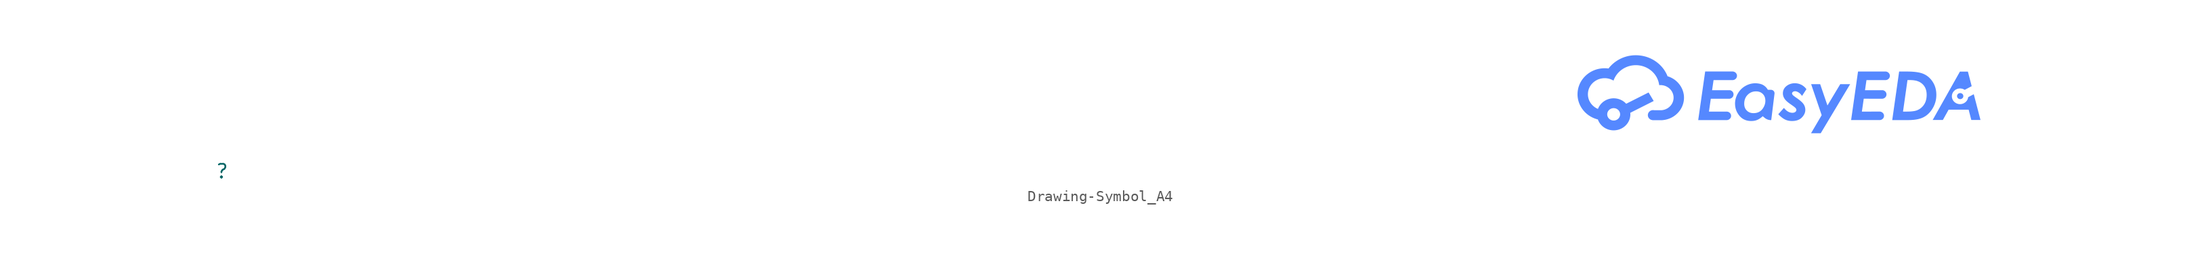
<source format=kicad_sym>
(kicad_symbol_lib
  (version 20241209)
  (generator "kicad_symbol_editor")
  (generator_version "9.0")
  (symbol "Drawing-Symbol_A4"
    (property "Reference" ""
      (at 0 0 0)
      (effects (font (size 1.27 1.27))))
    (property "Value" ""
      (at 0 0 0)
      (effects (font (size 1.27 1.27))))
    (symbol "Drawing-Symbol_A4_0_0"
      (polyline (pts (xy 130.574 10.707) (xy 130.718 10.697) (xy 130.86 10.681) (xy 131.002 10.659) (xy 131.142 10.631) (xy 131.28 10.597) (xy 131.416 10.557) (xy 131.55 10.511) (xy 131.682 10.459) (xy 131.811 10.402) (xy 131.938 10.338) (xy 132.061 10.27) (xy 132.182 10.195) (xy 132.299 10.116) (xy 132.412 10.03) (xy 132.522 9.94) (xy 132.591 9.879) (xy 132.658 9.815) (xy 132.723 9.75) (xy 132.785 9.684) (xy 132.846 9.616) (xy 132.904 9.546) (xy 132.96 9.475) (xy 133.013 9.402) (xy 133.064 9.328) (xy 133.113 9.252) (xy 133.159 9.175) (xy 133.203 9.097) (xy 133.245 9.018) (xy 133.284 8.938) (xy 133.32 8.856) (xy 133.354 8.773) (xy 133.516 8.717) (xy 133.672 8.65) (xy 133.821 8.571) (xy 133.963 8.482) (xy 134.096 8.383) (xy 134.221 8.274) (xy 134.337 8.156) (xy 134.443 8.03) (xy 134.539 7.897) (xy 134.624 7.756) (xy 134.698 7.609) (xy 134.759 7.456) (xy 134.808 7.297) (xy 134.844 7.133) (xy 134.857 7.05) (xy 134.866 6.966) (xy 134.871 6.88) (xy 134.873 6.794) (xy 134.871 6.696) (xy 134.863 6.599) (xy 134.852 6.502) (xy 134.835 6.407) (xy 134.814 6.312) (xy 134.789 6.219) (xy 134.759 6.127) (xy 134.724 6.037) (xy 134.686 5.948) (xy 134.643 5.861) (xy 134.596 5.776) (xy 134.544 5.693) (xy 134.489 5.612) (xy 134.429 5.534) (xy 134.366 5.457) (xy 134.299 5.384) (xy 134.228 5.314) (xy 134.155 5.247) (xy 134.078 5.184) (xy 134 5.125) (xy 133.918 5.069) (xy 133.834 5.017) (xy 133.748 4.969) (xy 133.66 4.925) (xy 133.569 4.885) (xy 133.477 4.849) (xy 133.383 4.817) (xy 133.287 4.79) (xy 133.19 4.766) (xy 133.092 4.747) (xy 132.992 4.732) (xy 132.892 4.721) (xy 132.85 4.717) (xy 132.808 4.717) (xy 131.982 4.717) (xy 131.982 4.721) (xy 131.959 4.723) (xy 131.936 4.727) (xy 131.914 4.731) (xy 131.892 4.737) (xy 131.87 4.743) (xy 131.849 4.75) (xy 131.828 4.758) (xy 131.808 4.768) (xy 131.788 4.777) (xy 131.769 4.788) (xy 131.75 4.8) (xy 131.732 4.812) (xy 131.715 4.825) (xy 131.698 4.839) (xy 131.682 4.853) (xy 131.667 4.868) (xy 131.652 4.884) (xy 131.638 4.901) (xy 131.625 4.918) (xy 131.613 4.935) (xy 131.602 4.954) (xy 131.591 4.972) (xy 131.581 4.991) (xy 131.572 5.011) (xy 131.565 5.031) (xy 131.558 5.052) (xy 131.552 5.073) (xy 131.547 5.094) (xy 131.543 5.116) (xy 131.54 5.138) (xy 131.539 5.16) (xy 131.538 5.183) (xy 131.539 5.207) (xy 131.541 5.231) (xy 131.544 5.254) (xy 131.548 5.277) (xy 131.553 5.299) (xy 131.56 5.321) (xy 131.567 5.343) (xy 131.576 5.364) (xy 131.586 5.384) (xy 131.596 5.404) (xy 131.608 5.424) (xy 131.621 5.443) (xy 131.634 5.461) (xy 131.649 5.478) (xy 131.664 5.495) (xy 131.68 5.511) (xy 131.696 5.527) (xy 131.714 5.541) (xy 131.732 5.555) (xy 131.751 5.568) (xy 131.771 5.58) (xy 131.791 5.591) (xy 131.812 5.601) (xy 131.833 5.611) (xy 131.855 5.619) (xy 131.878 5.626) (xy 131.901 5.633) (xy 131.924 5.638) (xy 131.948 5.642) (xy 131.972 5.645) (xy 131.997 5.646) (xy 132.022 5.647) (xy 132.034 5.647) (xy 132.046 5.647) (xy 132.058 5.646) (xy 132.07 5.645) (xy 132.082 5.644) (xy 132.094 5.642) (xy 132.106 5.641) (xy 132.117 5.638) (xy 132.808 5.638) (xy 132.865 5.644) (xy 132.922 5.653) (xy 132.978 5.664) (xy 133.033 5.678) (xy 133.087 5.694) (xy 133.139 5.712) (xy 133.191 5.732) (xy 133.241 5.755) (xy 133.291 5.78) (xy 133.338 5.807) (xy 133.385 5.836) (xy 133.429 5.866) (xy 133.472 5.899) (xy 133.514 5.934) (xy 133.554 5.97) (xy 133.592 6.008) (xy 133.629 6.047) (xy 133.663 6.088) (xy 133.696 6.131) (xy 133.726 6.175) (xy 133.755 6.221) (xy 133.781 6.267) (xy 133.805 6.315) (xy 133.827 6.365) (xy 133.846 6.415) (xy 133.864 6.466) (xy 133.878 6.519) (xy 133.89 6.572) (xy 133.9 6.627) (xy 133.907 6.682) (xy 133.911 6.737) (xy 133.912 6.794) (xy 133.911 6.854) (xy 133.906 6.913) (xy 133.899 6.971) (xy 133.888 7.028) (xy 133.874 7.084) (xy 133.858 7.139) (xy 133.839 7.193) (xy 133.817 7.245) (xy 133.793 7.297) (xy 133.767 7.347) (xy 133.737 7.396) (xy 133.706 7.443) (xy 133.672 7.488) (xy 133.636 7.532) (xy 133.598 7.574) (xy 133.558 7.614) (xy 133.516 7.653) (xy 133.472 7.689) (xy 133.427 7.724) (xy 133.379 7.756) (xy 133.33 7.786) (xy 133.279 7.814) (xy 133.227 7.84) (xy 133.174 7.863) (xy 133.119 7.884) (xy 133.063 7.902) (xy 133.005 7.918) (xy 132.947 7.931) (xy 132.887 7.941) (xy 132.827 7.948) (xy 132.765 7.953) (xy 132.703 7.954) (xy 132.688 7.954) (xy 132.674 7.954) (xy 132.659 7.953) (xy 132.644 7.953) (xy 132.629 7.952) (xy 132.614 7.951) (xy 132.599 7.949) (xy 132.585 7.948) (xy 132.571 8.044) (xy 132.552 8.139) (xy 132.53 8.233) (xy 132.502 8.325) (xy 132.471 8.415) (xy 132.435 8.503) (xy 132.396 8.589) (xy 132.353 8.674) (xy 132.306 8.756) (xy 132.255 8.835) (xy 132.201 8.913) (xy 132.143 8.988) (xy 132.082 9.06) (xy 132.017 9.129) (xy 131.95 9.196) (xy 131.879 9.259) (xy 131.806 9.32) (xy 131.729 9.377) (xy 131.65 9.432) (xy 131.569 9.483) (xy 131.485 9.53) (xy 131.399 9.574) (xy 131.31 9.614) (xy 131.219 9.65) (xy 131.126 9.683) (xy 131.032 9.712) (xy 130.935 9.736) (xy 130.837 9.756) (xy 130.737 9.772) (xy 130.636 9.784) (xy 130.533 9.791) (xy 130.429 9.793) (xy 130.339 9.791) (xy 130.251 9.786) (xy 130.163 9.777) (xy 130.077 9.766) (xy 129.992 9.751) (xy 129.908 9.732) (xy 129.825 9.711) (xy 129.743 9.687) (xy 129.663 9.659) (xy 129.584 9.629) (xy 129.507 9.596) (xy 129.432 9.56) (xy 129.358 9.522) (xy 129.286 9.48) (xy 129.216 9.437) (xy 129.148 9.39) (xy 129.081 9.342) (xy 129.017 9.291) (xy 128.955 9.238) (xy 128.895 9.182) (xy 128.837 9.124) (xy 128.782 9.065) (xy 128.729 9.003) (xy 128.678 8.939) (xy 128.63 8.873) (xy 128.585 8.806) (xy 128.542 8.737) (xy 128.502 8.666) (xy 128.465 8.594) (xy 128.43 8.52) (xy 128.399 8.444) (xy 128.371 8.367) (xy 128.326 8.393) (xy 128.28 8.418) (xy 128.233 8.441) (xy 128.185 8.463) (xy 128.136 8.483) (xy 128.087 8.501) (xy 128.036 8.518) (xy 127.985 8.533) (xy 127.933 8.547) (xy 127.88 8.559) (xy 127.827 8.569) (xy 127.773 8.577) (xy 127.719 8.584) (xy 127.664 8.589) (xy 127.608 8.591) (xy 127.552 8.592) (xy 127.472 8.591) (xy 127.394 8.585) (xy 127.317 8.575) (xy 127.241 8.562) (xy 127.166 8.546) (xy 127.093 8.526) (xy 127.021 8.502) (xy 126.951 8.476) (xy 126.882 8.446) (xy 126.816 8.413) (xy 126.751 8.378) (xy 126.688 8.339) (xy 126.628 8.298) (xy 126.57 8.254) (xy 126.513 8.207) (xy 126.46 8.158) (xy 126.409 8.106) (xy 126.36 8.053) (xy 126.314 7.997) (xy 126.271 7.939) (xy 126.231 7.878) (xy 126.194 7.816) (xy 126.16 7.753) (xy 126.129 7.687) (xy 126.102 7.62) (xy 126.077 7.551) (xy 126.056 7.481) (xy 126.039 7.409) (xy 126.026 7.336) (xy 126.016 7.262) (xy 126.01 7.187) (xy 126.008 7.111) (xy 126.009 7.054) (xy 126.012 6.998) (xy 126.018 6.943) (xy 126.025 6.888) (xy 126.035 6.833) (xy 126.047 6.78) (xy 126.06 6.727) (xy 126.076 6.675) (xy 126.094 6.624) (xy 126.113 6.574) (xy 126.134 6.524) (xy 126.157 6.476) (xy 126.182 6.428) (xy 126.209 6.381) (xy 126.237 6.336) (xy 126.266 6.291) (xy 126.298 6.248) (xy 126.331 6.205) (xy 126.365 6.164) (xy 126.401 6.125) (xy 126.439 6.086) (xy 126.478 6.048) (xy 126.518 6.013) (xy 126.559 5.978) (xy 126.602 5.945) (xy 126.646 5.913) (xy 126.691 5.882) (xy 126.737 5.854) (xy 126.785 5.826) (xy 126.833 5.801) (xy 126.883 5.777) (xy 126.933 5.754) (xy 126.978 5.859) (xy 127.03 5.96) (xy 127.09 6.057) (xy 127.157 6.149) (xy 127.23 6.235) (xy 127.311 6.316) (xy 127.397 6.391) (xy 127.489 6.459) (xy 127.586 6.521) (xy 127.689 6.576) (xy 127.795 6.623) (xy 127.906 6.663) (xy 128.021 6.694) (xy 128.139 6.717) (xy 128.261 6.731) (xy 128.322 6.735) (xy 128.385 6.736) (xy 128.47 6.734) (xy 128.555 6.727) (xy 128.638 6.716) (xy 128.72 6.701) (xy 128.8 6.682) (xy 128.879 6.658) (xy 128.955 6.631) (xy 129.03 6.601) (xy 129.102 6.566) (xy 129.172 6.528) (xy 129.24 6.487) (xy 129.306 6.442) (xy 129.369 6.395) (xy 129.429 6.344) (xy 129.486 6.29) (xy 129.54 6.234) (xy 131.606 7.274) (xy 132.078 6.488) (xy 129.917 5.399) (xy 129.919 5.382) (xy 129.92 5.364) (xy 129.921 5.346) (xy 129.922 5.328) (xy 129.923 5.31) (xy 129.924 5.292) (xy 129.924 5.274) (xy 129.924 5.257) (xy 129.922 5.181) (xy 129.916 5.106) (xy 129.906 5.032) (xy 129.893 4.959) (xy 129.876 4.888) (xy 129.855 4.818) (xy 129.831 4.749) (xy 129.803 4.682) (xy 129.772 4.617) (xy 129.738 4.553) (xy 129.701 4.491) (xy 129.661 4.431) (xy 129.618 4.373) (xy 129.572 4.318) (xy 129.524 4.264) (xy 129.473 4.213) (xy 129.419 4.164) (xy 129.363 4.117) (xy 129.305 4.073) (xy 129.245 4.032) (xy 129.182 3.994) (xy 129.118 3.958) (xy 129.051 3.925) (xy 128.983 3.896) (xy 128.913 3.869) (xy 128.842 3.846) (xy 128.769 3.826) (xy 128.694 3.81) (xy 128.619 3.797) (xy 128.542 3.787) (xy 128.464 3.781) (xy 128.385 3.78) (xy 128.321 3.781) (xy 128.259 3.784) (xy 128.197 3.79) (xy 128.136 3.799) (xy 128.076 3.809) (xy 128.016 3.822) (xy 127.958 3.837) (xy 127.9 3.854) (xy 127.843 3.874) (xy 127.788 3.895) (xy 127.733 3.918) (xy 127.68 3.944) (xy 127.628 3.971) (xy 127.577 4) (xy 127.527 4.031) (xy 127.478 4.063) (xy 127.431 4.098) (xy 127.386 4.134) (xy 127.342 4.171) (xy 127.299 4.21) (xy 127.258 4.251) (xy 127.219 4.293) (xy 127.181 4.337) (xy 127.145 4.382) (xy 127.111 4.428) (xy 127.079 4.476) (xy 127.049 4.525) (xy 127.02 4.575) (xy 126.994 4.626) (xy 126.969 4.678) (xy 126.947 4.731) (xy 126.926 4.786) (xy 126.838 4.809) (xy 126.752 4.835) (xy 126.666 4.865) (xy 126.582 4.897) (xy 126.498 4.932) (xy 126.417 4.97) (xy 126.337 5.011) (xy 126.258 5.055) (xy 126.181 5.101) (xy 126.106 5.151) (xy 126.033 5.202) (xy 125.962 5.257) (xy 127.789 5.257) (xy 127.79 5.227) (xy 127.792 5.198) (xy 127.796 5.17) (xy 127.801 5.142) (xy 127.808 5.114) (xy 127.816 5.087) (xy 127.826 5.061) (xy 127.836 5.035) (xy 127.848 5.009) (xy 127.861 4.985) (xy 127.876 4.961) (xy 127.891 4.938) (xy 127.908 4.915) (xy 127.925 4.894) (xy 127.944 4.873) (xy 127.964 4.853) (xy 127.985 4.834) (xy 128.006 4.816) (xy 128.029 4.799) (xy 128.052 4.783) (xy 128.076 4.768) (xy 128.101 4.755) (xy 128.127 4.742) (xy 128.153 4.73) (xy 128.18 4.72) (xy 128.208 4.711) (xy 128.236 4.704) (xy 128.265 4.697) (xy 128.294 4.692) (xy 128.324 4.688) (xy 128.354 4.686) (xy 128.385 4.685) (xy 128.415 4.686) (xy 128.445 4.688) (xy 128.475 4.692) (xy 128.504 4.697) (xy 128.533 4.704) (xy 128.561 4.711) (xy 128.589 4.72) (xy 128.616 4.73) (xy 128.642 4.742) (xy 128.668 4.755) (xy 128.693 4.768) (xy 128.717 4.783) (xy 128.74 4.799) (xy 128.763 4.816) (xy 128.785 4.834) (xy 128.805 4.853) (xy 128.825 4.873) (xy 128.844 4.894) (xy 128.861 4.915) (xy 128.878 4.938) (xy 128.893 4.961) (xy 128.908 4.985) (xy 128.921 5.009) (xy 128.933 5.035) (xy 128.944 5.061) (xy 128.953 5.087) (xy 128.961 5.114) (xy 128.968 5.142) (xy 128.973 5.17) (xy 128.977 5.198) (xy 128.979 5.227) (xy 128.98 5.257) (xy 128.979 5.286) (xy 128.977 5.315) (xy 128.973 5.343) (xy 128.968 5.372) (xy 128.961 5.399) (xy 128.953 5.426) (xy 128.944 5.453) (xy 128.933 5.479) (xy 128.921 5.504) (xy 128.908 5.529) (xy 128.893 5.553) (xy 128.878 5.576) (xy 128.861 5.598) (xy 128.844 5.62) (xy 128.825 5.64) (xy 128.805 5.66) (xy 128.785 5.679) (xy 128.763 5.697) (xy 128.74 5.714) (xy 128.717 5.73) (xy 128.693 5.745) (xy 128.668 5.759) (xy 128.642 5.771) (xy 128.616 5.783) (xy 128.589 5.793) (xy 128.561 5.802) (xy 128.533 5.81) (xy 128.504 5.816) (xy 128.475 5.821) (xy 128.445 5.825) (xy 128.415 5.827) (xy 128.385 5.828) (xy 128.354 5.827) (xy 128.324 5.825) (xy 128.294 5.821) (xy 128.265 5.816) (xy 128.236 5.81) (xy 128.208 5.802) (xy 128.18 5.793) (xy 128.153 5.783) (xy 128.127 5.771) (xy 128.101 5.759) (xy 128.076 5.745) (xy 128.052 5.73) (xy 128.029 5.714) (xy 128.006 5.697) (xy 127.985 5.679) (xy 127.964 5.66) (xy 127.944 5.64) (xy 127.925 5.62) (xy 127.908 5.598) (xy 127.891 5.576) (xy 127.876 5.553) (xy 127.861 5.529) (xy 127.848 5.504) (xy 127.836 5.479) (xy 127.826 5.453) (xy 127.816 5.426) (xy 127.808 5.399) (xy 127.801 5.372) (xy 127.796 5.343) (xy 127.792 5.315) (xy 127.79 5.286) (xy 127.789 5.257) (xy 125.962 5.257) (xy 125.961 5.257) (xy 125.892 5.314) (xy 125.825 5.373) (xy 125.759 5.435) (xy 125.696 5.5) (xy 125.62 5.584) (xy 125.549 5.671) (xy 125.482 5.761) (xy 125.42 5.854) (xy 125.362 5.949) (xy 125.309 6.046) (xy 125.26 6.145) (xy 125.217 6.247) (xy 125.178 6.35) (xy 125.144 6.454) (xy 125.116 6.561) (xy 125.092 6.668) (xy 125.074 6.777) (xy 125.06 6.887) (xy 125.052 6.997) (xy 125.05 7.109) (xy 125.053 7.229) (xy 125.062 7.348) (xy 125.077 7.465) (xy 125.098 7.581) (xy 125.124 7.696) (xy 125.157 7.809) (xy 125.195 7.92) (xy 125.239 8.029) (xy 125.288 8.136) (xy 125.343 8.24) (xy 125.403 8.342) (xy 125.469 8.441) (xy 125.539 8.537) (xy 125.615 8.63) (xy 125.696 8.72) (xy 125.782 8.807) (xy 125.873 8.889) (xy 125.966 8.967) (xy 126.064 9.04) (xy 126.164 9.108) (xy 126.267 9.17) (xy 126.374 9.228) (xy 126.483 9.281) (xy 126.594 9.328) (xy 126.707 9.37) (xy 126.823 9.407) (xy 126.941 9.438) (xy 127.06 9.463) (xy 127.181 9.483) (xy 127.304 9.498) (xy 127.427 9.507) (xy 127.552 9.51) (xy 127.597 9.509) (xy 127.642 9.508) (xy 127.687 9.506) (xy 127.732 9.503) (xy 127.776 9.5) (xy 127.82 9.495) (xy 127.864 9.491) (xy 127.908 9.485) (xy 127.943 9.531) (xy 127.979 9.576) (xy 128.017 9.62) (xy 128.055 9.664) (xy 128.094 9.707) (xy 128.134 9.749) (xy 128.174 9.79) (xy 128.216 9.831) (xy 128.258 9.871) (xy 128.302 9.91) (xy 128.346 9.949) (xy 128.391 9.986) (xy 128.437 10.024) (xy 128.484 10.06) (xy 128.531 10.095) (xy 128.58 10.13) (xy 128.682 10.199) (xy 128.787 10.264) (xy 128.893 10.324) (xy 129.002 10.381) (xy 129.113 10.432) (xy 129.225 10.48) (xy 129.34 10.523) (xy 129.456 10.562) (xy 129.573 10.597) (xy 129.692 10.627) (xy 129.812 10.652) (xy 129.933 10.673) (xy 130.056 10.689) (xy 130.179 10.701) (xy 130.304 10.708) (xy 130.429 10.71) (xy 130.574 10.707)) (stroke (width -0.0001) (type solid)) (fill (type color) (color 85 136 255 1)))
      (polyline (pts (xy 139.369 9.21) (xy 139.39 9.209) (xy 139.41 9.206) (xy 139.431 9.203) (xy 139.451 9.198) (xy 139.47 9.193) (xy 139.489 9.186) (xy 139.508 9.179) (xy 139.527 9.171) (xy 139.544 9.162) (xy 139.562 9.153) (xy 139.579 9.143) (xy 139.595 9.132) (xy 139.611 9.12) (xy 139.625 9.107) (xy 139.64 9.094) (xy 139.654 9.08) (xy 139.667 9.066) (xy 139.679 9.051) (xy 139.69 9.035) (xy 139.701 9.019) (xy 139.711 9.002) (xy 139.72 8.985) (xy 139.729 8.968) (xy 139.736 8.95) (xy 139.743 8.931) (xy 139.748 8.912) (xy 139.753 8.893) (xy 139.757 8.874) (xy 139.759 8.854) (xy 139.761 8.834) (xy 139.761 8.813) (xy 139.761 8.793) (xy 139.759 8.773) (xy 139.757 8.753) (xy 139.753 8.733) (xy 139.748 8.714) (xy 139.743 8.695) (xy 139.736 8.677) (xy 139.729 8.659) (xy 139.72 8.642) (xy 139.711 8.624) (xy 139.701 8.608) (xy 139.69 8.592) (xy 139.679 8.576) (xy 139.667 8.561) (xy 139.654 8.547) (xy 139.64 8.533) (xy 139.625 8.52) (xy 139.611 8.507) (xy 139.595 8.495) (xy 139.579 8.484) (xy 139.562 8.474) (xy 139.544 8.464) (xy 139.527 8.456) (xy 139.508 8.447) (xy 139.489 8.44) (xy 139.47 8.434) (xy 139.451 8.429) (xy 139.431 8.424) (xy 139.41 8.421) (xy 139.39 8.418) (xy 139.369 8.417) (xy 139.347 8.416) (xy 137.601 8.414) (xy 137.466 7.484) (xy 139.103 7.484) (xy 139.121 7.48) (xy 139.139 7.476) (xy 139.157 7.471) (xy 139.174 7.466) (xy 139.191 7.46) (xy 139.208 7.453) (xy 139.224 7.445) (xy 139.239 7.437) (xy 139.255 7.428) (xy 139.269 7.419) (xy 139.284 7.409) (xy 139.298 7.398) (xy 139.311 7.387) (xy 139.324 7.375) (xy 139.336 7.363) (xy 139.348 7.35) (xy 139.359 7.337) (xy 139.37 7.323) (xy 139.38 7.309) (xy 139.389 7.294) (xy 139.398 7.279) (xy 139.405 7.264) (xy 139.413 7.248) (xy 139.419 7.232) (xy 139.425 7.215) (xy 139.43 7.198) (xy 139.434 7.181) (xy 139.438 7.163) (xy 139.44 7.146) (xy 139.442 7.128) (xy 139.443 7.109) (xy 139.443 7.091) (xy 139.442 7.07) (xy 139.441 7.05) (xy 139.438 7.03) (xy 139.434 7.011) (xy 139.43 6.992) (xy 139.424 6.973) (xy 139.418 6.955) (xy 139.41 6.936) (xy 139.402 6.919) (xy 139.393 6.902) (xy 139.383 6.885) (xy 139.372 6.869) (xy 139.36 6.854) (xy 139.348 6.838) (xy 139.335 6.824) (xy 139.321 6.81) (xy 139.307 6.797) (xy 139.292 6.785) (xy 139.276 6.773) (xy 139.26 6.762) (xy 139.243 6.751) (xy 139.226 6.742) (xy 139.208 6.733) (xy 139.19 6.725) (xy 139.171 6.718) (xy 139.152 6.712) (xy 139.132 6.706) (xy 139.112 6.702) (xy 139.092 6.698) (xy 139.071 6.696) (xy 139.05 6.694) (xy 139.029 6.694) (xy 137.347 6.696) (xy 137.175 5.507) (xy 138.808 5.509) (xy 138.829 5.508) (xy 138.85 5.507) (xy 138.87 5.504) (xy 138.89 5.501) (xy 138.91 5.496) (xy 138.929 5.491) (xy 138.948 5.485) (xy 138.967 5.478) (xy 138.985 5.47) (xy 139.003 5.461) (xy 139.02 5.452) (xy 139.036 5.442) (xy 139.053 5.431) (xy 139.068 5.419) (xy 139.083 5.407) (xy 139.097 5.394) (xy 139.111 5.38) (xy 139.124 5.366) (xy 139.136 5.351) (xy 139.147 5.335) (xy 139.158 5.319) (xy 139.168 5.303) (xy 139.177 5.286) (xy 139.185 5.269) (xy 139.192 5.251) (xy 139.199 5.233) (xy 139.204 5.214) (xy 139.209 5.195) (xy 139.213 5.176) (xy 139.215 5.156) (xy 139.217 5.136) (xy 139.217 5.116) (xy 139.217 5.096) (xy 139.215 5.077) (xy 139.213 5.058) (xy 139.209 5.039) (xy 139.205 5.02) (xy 139.199 5.002) (xy 139.193 4.984) (xy 139.186 4.966) (xy 139.178 4.949) (xy 139.169 4.933) (xy 139.159 4.916) (xy 139.149 4.901) (xy 139.138 4.885) (xy 139.126 4.871) (xy 139.113 4.856) (xy 139.1 4.843) (xy 139.086 4.83) (xy 139.072 4.818) (xy 139.056 4.806) (xy 139.041 4.795) (xy 139.025 4.785) (xy 139.008 4.775) (xy 138.991 4.767) (xy 138.973 4.759) (xy 138.955 4.752) (xy 138.936 4.745) (xy 138.917 4.74) (xy 138.898 4.735) (xy 138.878 4.731) (xy 138.858 4.728) (xy 138.838 4.726) (xy 138.817 4.726) (xy 136.185 4.726) (xy 136.827 9.211) (xy 139.347 9.211) (xy 139.369 9.21)) (stroke (width -0.0001) (type solid)) (fill (type color) (color 85 136 255 1)))
      (polyline (pts (xy 141.493 8.123) (xy 141.535 8.122) (xy 141.579 8.119) (xy 141.623 8.115) (xy 141.668 8.11) (xy 141.714 8.104) (xy 141.76 8.097) (xy 141.805 8.089) (xy 141.85 8.079) (xy 141.895 8.069) (xy 141.938 8.057) (xy 141.981 8.045) (xy 142.022 8.031) (xy 142.061 8.016) (xy 142.098 8) (xy 142.133 7.983) (xy 142.167 7.965) (xy 142.199 7.946) (xy 142.231 7.926) (xy 142.262 7.905) (xy 142.292 7.883) (xy 142.322 7.86) (xy 142.351 7.836) (xy 142.379 7.811) (xy 142.407 7.785) (xy 142.434 7.757) (xy 142.46 7.729) (xy 142.485 7.7) (xy 142.51 7.67) (xy 142.534 7.638) (xy 142.557 7.606) (xy 142.58 7.573) (xy 142.61 7.519) (xy 142.901 7.519) (xy 142.918 7.519) (xy 142.934 7.517) (xy 142.95 7.515) (xy 142.966 7.512) (xy 142.982 7.509) (xy 142.997 7.504) (xy 143.012 7.499) (xy 143.027 7.494) (xy 143.041 7.487) (xy 143.055 7.48) (xy 143.069 7.473) (xy 143.082 7.465) (xy 143.095 7.456) (xy 143.107 7.447) (xy 143.119 7.437) (xy 143.13 7.427) (xy 143.14 7.416) (xy 143.151 7.404) (xy 143.16 7.393) (xy 143.169 7.381) (xy 143.178 7.368) (xy 143.185 7.355) (xy 143.192 7.342) (xy 143.199 7.328) (xy 143.205 7.314) (xy 143.21 7.299) (xy 143.214 7.285) (xy 143.218 7.269) (xy 143.22 7.254) (xy 143.222 7.239) (xy 143.224 7.223) (xy 143.224 7.207) (xy 143.229 7.207) (xy 142.934 4.822) (xy 142.922 4.726) (xy 142.838 4.726) (xy 142.804 4.728) (xy 142.771 4.732) (xy 142.738 4.737) (xy 142.705 4.744) (xy 142.673 4.751) (xy 142.641 4.76) (xy 142.61 4.77) (xy 142.579 4.78) (xy 142.549 4.793) (xy 142.519 4.806) (xy 142.49 4.819) (xy 142.461 4.835) (xy 142.434 4.851) (xy 142.406 4.867) (xy 142.38 4.885) (xy 142.354 4.904) (xy 142.352 4.906) (xy 142.344 4.911) (xy 142.319 4.931) (xy 142.244 4.992) (xy 142.136 5.083) (xy 142.101 5.052) (xy 142.067 5.023) (xy 142.034 4.995) (xy 142 4.968) (xy 141.967 4.943) (xy 141.934 4.918) (xy 141.901 4.895) (xy 141.869 4.873) (xy 141.837 4.852) (xy 141.805 4.833) (xy 141.773 4.814) (xy 141.742 4.797) (xy 141.711 4.781) (xy 141.68 4.766) (xy 141.65 4.752) (xy 141.619 4.739) (xy 141.589 4.727) (xy 141.559 4.715) (xy 141.527 4.705) (xy 141.496 4.695) (xy 141.464 4.686) (xy 141.431 4.678) (xy 141.398 4.671) (xy 141.365 4.665) (xy 141.331 4.659) (xy 141.296 4.654) (xy 141.261 4.65) (xy 141.226 4.647) (xy 141.19 4.644) (xy 141.154 4.642) (xy 141.117 4.641) (xy 141.08 4.641) (xy 140.995 4.643) (xy 140.913 4.648) (xy 140.832 4.658) (xy 140.754 4.671) (xy 140.678 4.688) (xy 140.604 4.709) (xy 140.532 4.733) (xy 140.463 4.762) (xy 140.396 4.794) (xy 140.331 4.83) (xy 140.268 4.869) (xy 140.207 4.913) (xy 140.149 4.96) (xy 140.093 5.011) (xy 140.039 5.066) (xy 139.987 5.125) (xy 139.938 5.186) (xy 139.892 5.249) (xy 139.85 5.312) (xy 139.81 5.377) (xy 139.774 5.443) (xy 139.74 5.511) (xy 139.71 5.579) (xy 139.684 5.649) (xy 139.66 5.72) (xy 139.639 5.792) (xy 139.622 5.866) (xy 139.608 5.941) (xy 139.596 6.016) (xy 139.589 6.094) (xy 139.584 6.172) (xy 139.583 6.232) (xy 140.429 6.232) (xy 140.43 6.184) (xy 140.433 6.137) (xy 140.437 6.091) (xy 140.444 6.047) (xy 140.452 6.003) (xy 140.462 5.961) (xy 140.474 5.92) (xy 140.488 5.881) (xy 140.504 5.842) (xy 140.522 5.804) (xy 140.542 5.768) (xy 140.563 5.733) (xy 140.587 5.699) (xy 140.612 5.667) (xy 140.639 5.635) (xy 140.668 5.605) (xy 140.699 5.576) (xy 140.731 5.548) (xy 140.763 5.523) (xy 140.797 5.5) (xy 140.832 5.478) (xy 140.868 5.459) (xy 140.905 5.441) (xy 140.942 5.425) (xy 140.982 5.411) (xy 141.022 5.399) (xy 141.063 5.389) (xy 141.105 5.381) (xy 141.148 5.374) (xy 141.193 5.37) (xy 141.238 5.367) (xy 141.285 5.366) (xy 141.324 5.367) (xy 141.362 5.368) (xy 141.399 5.371) (xy 141.436 5.374) (xy 141.473 5.379) (xy 141.508 5.385) (xy 141.543 5.392) (xy 141.578 5.399) (xy 141.612 5.408) (xy 141.645 5.418) (xy 141.678 5.429) (xy 141.709 5.441) (xy 141.741 5.454) (xy 141.772 5.468) (xy 141.802 5.484) (xy 141.831 5.5) (xy 141.86 5.517) (xy 141.888 5.536) (xy 141.916 5.556) (xy 141.943 5.576) (xy 141.97 5.598) (xy 141.996 5.622) (xy 142.021 5.646) (xy 142.046 5.672) (xy 142.07 5.699) (xy 142.093 5.727) (xy 142.116 5.756) (xy 142.139 5.786) (xy 142.16 5.818) (xy 142.181 5.851) (xy 142.202 5.884) (xy 142.222 5.919) (xy 142.241 5.955) (xy 142.259 5.991) (xy 142.275 6.027) (xy 142.291 6.063) (xy 142.305 6.099) (xy 142.318 6.135) (xy 142.33 6.172) (xy 142.34 6.208) (xy 142.35 6.245) (xy 142.358 6.282) (xy 142.364 6.319) (xy 142.37 6.356) (xy 142.374 6.393) (xy 142.377 6.43) (xy 142.379 6.467) (xy 142.38 6.504) (xy 142.379 6.553) (xy 142.376 6.6) (xy 142.372 6.646) (xy 142.365 6.691) (xy 142.357 6.735) (xy 142.347 6.778) (xy 142.335 6.819) (xy 142.321 6.859) (xy 142.305 6.898) (xy 142.287 6.936) (xy 142.268 6.973) (xy 142.247 7.008) (xy 142.223 7.042) (xy 142.198 7.075) (xy 142.172 7.107) (xy 142.143 7.138) (xy 142.113 7.166) (xy 142.081 7.193) (xy 142.048 7.218) (xy 142.015 7.242) (xy 141.98 7.263) (xy 141.943 7.283) (xy 141.906 7.301) (xy 141.867 7.316) (xy 141.827 7.33) (xy 141.786 7.343) (xy 141.744 7.353) (xy 141.701 7.361) (xy 141.656 7.368) (xy 141.61 7.373) (xy 141.563 7.375) (xy 141.515 7.376) (xy 141.459 7.375) (xy 141.404 7.372) (xy 141.35 7.365) (xy 141.297 7.357) (xy 141.245 7.346) (xy 141.194 7.332) (xy 141.145 7.316) (xy 141.096 7.297) (xy 141.048 7.276) (xy 141.002 7.252) (xy 140.957 7.226) (xy 140.912 7.198) (xy 140.869 7.166) (xy 140.827 7.133) (xy 140.785 7.096) (xy 140.745 7.057) (xy 140.707 7.016) (xy 140.671 6.974) (xy 140.637 6.931) (xy 140.606 6.885) (xy 140.578 6.839) (xy 140.552 6.791) (xy 140.529 6.741) (xy 140.508 6.691) (xy 140.489 6.638) (xy 140.473 6.585) (xy 140.46 6.529) (xy 140.448 6.473) (xy 140.44 6.415) (xy 140.434 6.355) (xy 140.43 6.294) (xy 140.429 6.232) (xy 139.583 6.232) (xy 139.582 6.252) (xy 139.583 6.313) (xy 139.587 6.373) (xy 139.592 6.434) (xy 139.599 6.494) (xy 139.608 6.553) (xy 139.619 6.612) (xy 139.633 6.671) (xy 139.648 6.73) (xy 139.665 6.788) (xy 139.685 6.846) (xy 139.706 6.903) (xy 139.73 6.96) (xy 139.755 7.017) (xy 139.782 7.073) (xy 139.811 7.129) (xy 139.843 7.184) (xy 139.876 7.239) (xy 139.91 7.293) (xy 139.946 7.344) (xy 139.983 7.395) (xy 140.022 7.443) (xy 140.062 7.49) (xy 140.103 7.536) (xy 140.146 7.58) (xy 140.19 7.622) (xy 140.236 7.663) (xy 140.283 7.702) (xy 140.331 7.74) (xy 140.381 7.777) (xy 140.432 7.811) (xy 140.484 7.845) (xy 140.538 7.876) (xy 140.593 7.906) (xy 140.648 7.934) (xy 140.703 7.96) (xy 140.759 7.985) (xy 140.815 8.007) (xy 140.871 8.027) (xy 140.928 8.046) (xy 140.985 8.062) (xy 141.042 8.076) (xy 141.1 8.089) (xy 141.157 8.1) (xy 141.216 8.108) (xy 141.274 8.115) (xy 141.333 8.12) (xy 141.393 8.123) (xy 141.452 8.124) (xy 141.493 8.123)) (stroke (width -0.0001) (type solid)) (fill (type color) (color 85 136 255 1)))
      (polyline (pts (xy 145.14 8.126) (xy 145.179 8.124) (xy 145.218 8.121) (xy 145.256 8.117) (xy 145.294 8.112) (xy 145.332 8.106) (xy 145.37 8.099) (xy 145.408 8.091) (xy 145.445 8.081) (xy 145.482 8.071) (xy 145.519 8.059) (xy 145.555 8.046) (xy 145.591 8.032) (xy 145.627 8.017) (xy 145.663 8.001) (xy 145.699 7.983) (xy 145.734 7.965) (xy 145.768 7.946) (xy 145.801 7.925) (xy 145.834 7.904) (xy 145.866 7.882) (xy 145.897 7.859) (xy 145.927 7.835) (xy 145.957 7.81) (xy 145.986 7.784) (xy 146.014 7.757) (xy 146.042 7.729) (xy 146.069 7.701) (xy 146.095 7.671) (xy 146.12 7.641) (xy 146.144 7.609) (xy 146.168 7.577) (xy 145.764 6.955) (xy 145.744 6.982) (xy 145.724 7.009) (xy 145.704 7.035) (xy 145.684 7.059) (xy 145.664 7.083) (xy 145.644 7.106) (xy 145.624 7.128) (xy 145.603 7.149) (xy 145.583 7.169) (xy 145.562 7.188) (xy 145.541 7.206) (xy 145.52 7.223) (xy 145.5 7.24) (xy 145.478 7.255) (xy 145.457 7.269) (xy 145.436 7.283) (xy 145.415 7.295) (xy 145.393 7.307) (xy 145.373 7.318) (xy 145.352 7.328) (xy 145.331 7.338) (xy 145.311 7.346) (xy 145.29 7.354) (xy 145.27 7.361) (xy 145.25 7.367) (xy 145.23 7.373) (xy 145.211 7.377) (xy 145.191 7.381) (xy 145.172 7.384) (xy 145.153 7.386) (xy 145.134 7.387) (xy 145.115 7.388) (xy 145.101 7.387) (xy 145.087 7.387) (xy 145.074 7.386) (xy 145.061 7.384) (xy 145.048 7.382) (xy 145.035 7.379) (xy 145.023 7.376) (xy 145.011 7.372) (xy 144.999 7.369) (xy 144.987 7.364) (xy 144.975 7.359) (xy 144.964 7.354) (xy 144.953 7.348) (xy 144.942 7.341) (xy 144.932 7.335) (xy 144.922 7.327) (xy 144.912 7.32) (xy 144.903 7.312) (xy 144.894 7.304) (xy 144.887 7.296) (xy 144.879 7.288) (xy 144.873 7.28) (xy 144.867 7.272) (xy 144.861 7.263) (xy 144.857 7.255) (xy 144.853 7.246) (xy 144.849 7.237) (xy 144.847 7.229) (xy 144.845 7.219) (xy 144.843 7.21) (xy 144.843 7.201) (xy 144.843 7.191) (xy 144.843 7.182) (xy 144.844 7.173) (xy 144.845 7.164) (xy 144.847 7.154) (xy 144.849 7.145) (xy 144.852 7.136) (xy 144.855 7.127) (xy 144.858 7.118) (xy 144.863 7.108) (xy 144.867 7.099) (xy 144.873 7.09) (xy 144.878 7.081) (xy 144.884 7.072) (xy 144.891 7.062) (xy 144.898 7.053) (xy 144.906 7.044) (xy 144.914 7.034) (xy 144.924 7.023) (xy 144.951 6.999) (xy 144.984 6.97) (xy 145.026 6.937) (xy 145.076 6.899) (xy 145.133 6.857) (xy 145.198 6.811) (xy 145.271 6.761) (xy 145.331 6.719) (xy 145.388 6.678) (xy 145.442 6.638) (xy 145.494 6.599) (xy 145.543 6.561) (xy 145.59 6.523) (xy 145.634 6.486) (xy 145.675 6.45) (xy 145.714 6.414) (xy 145.75 6.379) (xy 145.784 6.345) (xy 145.815 6.312) (xy 145.843 6.28) (xy 145.869 6.248) (xy 145.892 6.217) (xy 145.913 6.187) (xy 145.931 6.157) (xy 145.949 6.126) (xy 145.965 6.096) (xy 145.98 6.064) (xy 145.994 6.033) (xy 146.006 6.001) (xy 146.018 5.97) (xy 146.028 5.937) (xy 146.037 5.905) (xy 146.044 5.872) (xy 146.051 5.838) (xy 146.056 5.805) (xy 146.061 5.771) (xy 146.064 5.737) (xy 146.065 5.702) (xy 146.066 5.667) (xy 146.065 5.621) (xy 146.061 5.576) (xy 146.055 5.53) (xy 146.046 5.485) (xy 146.035 5.441) (xy 146.022 5.396) (xy 146.006 5.352) (xy 145.987 5.308) (xy 145.966 5.264) (xy 145.943 5.221) (xy 145.917 5.178) (xy 145.888 5.136) (xy 145.858 5.093) (xy 145.824 5.051) (xy 145.788 5.01) (xy 145.75 4.969) (xy 145.709 4.929) (xy 145.666 4.892) (xy 145.621 4.857) (xy 145.574 4.825) (xy 145.524 4.796) (xy 145.472 4.769) (xy 145.418 4.745) (xy 145.362 4.723) (xy 145.304 4.704) (xy 145.243 4.687) (xy 145.181 4.673) (xy 145.116 4.661) (xy 145.048 4.652) (xy 144.979 4.646) (xy 144.907 4.642) (xy 144.833 4.641) (xy 144.791 4.641) (xy 144.748 4.643) (xy 144.706 4.646) (xy 144.664 4.649) (xy 144.623 4.654) (xy 144.583 4.66) (xy 144.542 4.666) (xy 144.503 4.674) (xy 144.464 4.683) (xy 144.425 4.693) (xy 144.387 4.704) (xy 144.349 4.716) (xy 144.312 4.729) (xy 144.275 4.743) (xy 144.239 4.758) (xy 144.203 4.775) (xy 144.168 4.792) (xy 144.132 4.812) (xy 144.095 4.833) (xy 144.058 4.856) (xy 144.02 4.88) (xy 143.982 4.907) (xy 143.943 4.935) (xy 143.904 4.965) (xy 143.864 4.997) (xy 143.823 5.03) (xy 143.782 5.065) (xy 143.741 5.102) (xy 143.699 5.14) (xy 143.657 5.18) (xy 143.571 5.266) (xy 144.094 5.85) (xy 144.139 5.795) (xy 144.184 5.744) (xy 144.23 5.697) (xy 144.276 5.653) (xy 144.323 5.612) (xy 144.37 5.575) (xy 144.418 5.542) (xy 144.467 5.512) (xy 144.516 5.486) (xy 144.565 5.463) (xy 144.615 5.443) (xy 144.666 5.428) (xy 144.717 5.415) (xy 144.768 5.407) (xy 144.821 5.401) (xy 144.873 5.399) (xy 144.894 5.4) (xy 144.914 5.401) (xy 144.933 5.402) (xy 144.952 5.404) (xy 144.971 5.407) (xy 144.989 5.411) (xy 145.006 5.415) (xy 145.023 5.419) (xy 145.04 5.425) (xy 145.056 5.43) (xy 145.071 5.437) (xy 145.086 5.444) (xy 145.1 5.451) (xy 145.114 5.46) (xy 145.128 5.468) (xy 145.141 5.478) (xy 145.153 5.488) (xy 145.164 5.498) (xy 145.175 5.508) (xy 145.185 5.519) (xy 145.194 5.53) (xy 145.202 5.541) (xy 145.209 5.552) (xy 145.216 5.564) (xy 145.222 5.575) (xy 145.227 5.587) (xy 145.231 5.599) (xy 145.234 5.611) (xy 145.237 5.624) (xy 145.239 5.636) (xy 145.24 5.649) (xy 145.24 5.663) (xy 145.24 5.674) (xy 145.239 5.684) (xy 145.238 5.695) (xy 145.236 5.706) (xy 145.233 5.717) (xy 145.23 5.728) (xy 145.226 5.739) (xy 145.221 5.75) (xy 145.216 5.761) (xy 145.21 5.772) (xy 145.204 5.783) (xy 145.197 5.794) (xy 145.19 5.805) (xy 145.182 5.816) (xy 145.173 5.828) (xy 145.164 5.839) (xy 145.153 5.851) (xy 145.14 5.864) (xy 145.109 5.893) (xy 145.069 5.927) (xy 145.021 5.965) (xy 144.965 6.007) (xy 144.9 6.054) (xy 144.828 6.105) (xy 144.748 6.16) (xy 144.7 6.194) (xy 144.654 6.226) (xy 144.609 6.258) (xy 144.567 6.29) (xy 144.526 6.32) (xy 144.488 6.351) (xy 144.451 6.38) (xy 144.416 6.409) (xy 144.383 6.438) (xy 144.352 6.466) (xy 144.323 6.493) (xy 144.296 6.52) (xy 144.27 6.546) (xy 144.247 6.571) (xy 144.225 6.596) (xy 144.206 6.62) (xy 144.18 6.654) (xy 144.157 6.687) (xy 144.135 6.722) (xy 144.114 6.756) (xy 144.095 6.79) (xy 144.078 6.825) (xy 144.062 6.861) (xy 144.049 6.896) (xy 144.036 6.931) (xy 144.026 6.967) (xy 144.017 7.003) (xy 144.009 7.04) (xy 144.004 7.076) (xy 144 7.113) (xy 143.997 7.15) (xy 143.996 7.187) (xy 143.998 7.238) (xy 144.001 7.288) (xy 144.008 7.337) (xy 144.017 7.385) (xy 144.028 7.432) (xy 144.042 7.477) (xy 144.059 7.521) (xy 144.078 7.564) (xy 144.1 7.606) (xy 144.124 7.647) (xy 144.151 7.686) (xy 144.181 7.725) (xy 144.213 7.762) (xy 144.247 7.797) (xy 144.285 7.832) (xy 144.324 7.865) (xy 144.366 7.897) (xy 144.408 7.926) (xy 144.452 7.954) (xy 144.496 7.979) (xy 144.541 8.003) (xy 144.588 8.024) (xy 144.635 8.043) (xy 144.683 8.061) (xy 144.732 8.076) (xy 144.782 8.089) (xy 144.833 8.101) (xy 144.885 8.11) (xy 144.938 8.117) (xy 144.991 8.122) (xy 145.046 8.125) (xy 145.101 8.126) (xy 145.14 8.126)) (stroke (width -0.0001) (type solid)) (fill (type color) (color 85 136 255 1)))
      (polyline (pts (xy 148.108 6.075) (xy 149.289 8.041) (xy 150.203 8.041) (xy 147.489 3.514) (xy 146.594 3.514) (xy 147.575 5.179) (xy 146.603 8.041) (xy 147.436 8.041) (xy 148.108 6.075)) (stroke (width -0.0001) (type solid)) (fill (type color) (color 85 136 255 1)))
      (polyline (pts (xy 153.471 9.208) (xy 153.492 9.206) (xy 153.513 9.204) (xy 153.534 9.2) (xy 153.554 9.196) (xy 153.574 9.19) (xy 153.593 9.184) (xy 153.612 9.177) (xy 153.63 9.169) (xy 153.648 9.16) (xy 153.665 9.151) (xy 153.682 9.14) (xy 153.698 9.129) (xy 153.714 9.118) (xy 153.729 9.105) (xy 153.744 9.092) (xy 153.757 9.078) (xy 153.771 9.064) (xy 153.783 9.049) (xy 153.795 9.034) (xy 153.806 9.017) (xy 153.816 9.001) (xy 153.825 8.984) (xy 153.833 8.966) (xy 153.841 8.948) (xy 153.848 8.93) (xy 153.854 8.912) (xy 153.859 8.893) (xy 153.863 8.873) (xy 153.865 8.854) (xy 153.868 8.834) (xy 153.869 8.813) (xy 153.868 8.793) (xy 153.866 8.773) (xy 153.864 8.753) (xy 153.86 8.733) (xy 153.855 8.714) (xy 153.85 8.695) (xy 153.843 8.677) (xy 153.836 8.659) (xy 153.827 8.642) (xy 153.818 8.624) (xy 153.808 8.608) (xy 153.798 8.592) (xy 153.786 8.576) (xy 153.774 8.561) (xy 153.761 8.547) (xy 153.747 8.533) (xy 153.733 8.52) (xy 153.718 8.507) (xy 153.702 8.495) (xy 153.686 8.484) (xy 153.669 8.474) (xy 153.651 8.464) (xy 153.634 8.456) (xy 153.615 8.447) (xy 153.596 8.44) (xy 153.577 8.434) (xy 153.558 8.429) (xy 153.538 8.424) (xy 153.517 8.421) (xy 153.497 8.418) (xy 153.476 8.417) (xy 153.454 8.416) (xy 151.708 8.414) (xy 151.573 7.484) (xy 153.21 7.484) (xy 153.228 7.48) (xy 153.246 7.476) (xy 153.264 7.471) (xy 153.281 7.466) (xy 153.298 7.46) (xy 153.315 7.453) (xy 153.331 7.445) (xy 153.346 7.437) (xy 153.362 7.428) (xy 153.377 7.419) (xy 153.391 7.409) (xy 153.405 7.398) (xy 153.418 7.387) (xy 153.431 7.375) (xy 153.444 7.363) (xy 153.456 7.35) (xy 153.467 7.337) (xy 153.478 7.323) (xy 153.488 7.309) (xy 153.497 7.295) (xy 153.506 7.28) (xy 153.514 7.264) (xy 153.522 7.249) (xy 153.528 7.232) (xy 153.534 7.216) (xy 153.54 7.199) (xy 153.544 7.182) (xy 153.548 7.165) (xy 153.551 7.147) (xy 153.553 7.129) (xy 153.554 7.111) (xy 153.554 7.093) (xy 153.554 7.073) (xy 153.552 7.053) (xy 153.55 7.033) (xy 153.546 7.013) (xy 153.541 6.994) (xy 153.536 6.975) (xy 153.529 6.957) (xy 153.522 6.939) (xy 153.514 6.921) (xy 153.504 6.904) (xy 153.494 6.887) (xy 153.484 6.871) (xy 153.472 6.856) (xy 153.46 6.841) (xy 153.447 6.826) (xy 153.433 6.812) (xy 153.419 6.799) (xy 153.404 6.787) (xy 153.388 6.775) (xy 153.372 6.764) (xy 153.355 6.753) (xy 153.338 6.744) (xy 153.32 6.735) (xy 153.301 6.727) (xy 153.283 6.72) (xy 153.263 6.714) (xy 153.244 6.708) (xy 153.224 6.704) (xy 153.203 6.7) (xy 153.183 6.698) (xy 153.162 6.696) (xy 153.141 6.696) (xy 151.457 6.698) (xy 151.285 5.509) (xy 152.917 5.511) (xy 152.938 5.511) (xy 152.959 5.509) (xy 152.98 5.506) (xy 153 5.503) (xy 153.019 5.499) (xy 153.039 5.493) (xy 153.058 5.487) (xy 153.076 5.48) (xy 153.095 5.472) (xy 153.112 5.463) (xy 153.129 5.454) (xy 153.146 5.444) (xy 153.162 5.433) (xy 153.177 5.421) (xy 153.192 5.409) (xy 153.207 5.396) (xy 153.22 5.382) (xy 153.233 5.368) (xy 153.245 5.353) (xy 153.257 5.338) (xy 153.267 5.322) (xy 153.277 5.305) (xy 153.286 5.288) (xy 153.294 5.271) (xy 153.302 5.253) (xy 153.308 5.235) (xy 153.314 5.216) (xy 153.318 5.197) (xy 153.322 5.178) (xy 153.325 5.158) (xy 153.326 5.138) (xy 153.327 5.118) (xy 153.326 5.098) (xy 153.325 5.079) (xy 153.322 5.06) (xy 153.319 5.041) (xy 153.314 5.022) (xy 153.309 5.004) (xy 153.302 4.986) (xy 153.295 4.968) (xy 153.287 4.951) (xy 153.278 4.935) (xy 153.269 4.918) (xy 153.258 4.903) (xy 153.247 4.888) (xy 153.235 4.873) (xy 153.223 4.859) (xy 153.209 4.845) (xy 153.196 4.832) (xy 153.181 4.82) (xy 153.166 4.808) (xy 153.15 4.797) (xy 153.134 4.787) (xy 153.117 4.778) (xy 153.1 4.769) (xy 153.082 4.761) (xy 153.064 4.754) (xy 153.046 4.747) (xy 153.027 4.742) (xy 153.007 4.737) (xy 152.988 4.733) (xy 152.968 4.731) (xy 152.947 4.729) (xy 152.927 4.728) (xy 150.292 4.728) (xy 150.929 9.208) (xy 153.45 9.208) (xy 153.471 9.208)) (stroke (width -0.0001) (type solid)) (fill (type color) (color 85 136 255 1)))
      (polyline (pts (xy 155.59 9.205) (xy 155.714 9.202) (xy 155.833 9.198) (xy 155.949 9.191) (xy 156.06 9.183) (xy 156.168 9.173) (xy 156.271 9.161) (xy 156.369 9.147) (xy 156.464 9.132) (xy 156.554 9.114) (xy 156.641 9.095) (xy 156.723 9.073) (xy 156.801 9.05) (xy 156.875 9.025) (xy 156.945 8.998) (xy 157.01 8.97) (xy 157.073 8.939) (xy 157.135 8.907) (xy 157.195 8.872) (xy 157.253 8.835) (xy 157.31 8.796) (xy 157.365 8.755) (xy 157.419 8.712) (xy 157.471 8.667) (xy 157.522 8.62) (xy 157.571 8.57) (xy 157.619 8.518) (xy 157.665 8.465) (xy 157.71 8.409) (xy 157.754 8.351) (xy 157.796 8.291) (xy 157.836 8.229) (xy 157.874 8.165) (xy 157.91 8.1) (xy 157.944 8.034) (xy 157.975 7.966) (xy 158.004 7.897) (xy 158.03 7.827) (xy 158.053 7.756) (xy 158.075 7.684) (xy 158.093 7.61) (xy 158.109 7.535) (xy 158.123 7.459) (xy 158.135 7.382) (xy 158.143 7.304) (xy 158.149 7.224) (xy 158.153 7.144) (xy 158.155 7.062) (xy 158.153 6.977) (xy 158.149 6.894) (xy 158.143 6.811) (xy 158.134 6.729) (xy 158.122 6.648) (xy 158.107 6.568) (xy 158.09 6.489) (xy 158.071 6.41) (xy 158.048 6.333) (xy 158.023 6.256) (xy 157.995 6.181) (xy 157.965 6.106) (xy 157.932 6.032) (xy 157.897 5.958) (xy 157.858 5.886) (xy 157.817 5.814) (xy 157.774 5.745) (xy 157.73 5.678) (xy 157.684 5.613) (xy 157.637 5.551) (xy 157.588 5.49) (xy 157.538 5.433) (xy 157.487 5.377) (xy 157.434 5.324) (xy 157.38 5.274) (xy 157.325 5.226) (xy 157.268 5.18) (xy 157.21 5.136) (xy 157.15 5.095) (xy 157.089 5.057) (xy 157.027 5.021) (xy 156.964 4.987) (xy 156.898 4.955) (xy 156.829 4.926) (xy 156.757 4.898) (xy 156.682 4.872) (xy 156.604 4.849) (xy 156.522 4.828) (xy 156.438 4.808) (xy 156.35 4.791) (xy 156.259 4.776) (xy 156.165 4.762) (xy 156.068 4.751) (xy 155.968 4.742) (xy 155.865 4.735) (xy 155.758 4.73) (xy 155.649 4.727) (xy 155.536 4.726) (xy 154.085 4.726) (xy 154.196 5.509) (xy 155.08 5.509) (xy 155.369 5.509) (xy 155.529 5.511) (xy 155.679 5.516) (xy 155.749 5.519) (xy 155.816 5.524) (xy 155.881 5.529) (xy 155.943 5.536) (xy 156.001 5.543) (xy 156.057 5.551) (xy 156.111 5.559) (xy 156.161 5.569) (xy 156.208 5.58) (xy 156.253 5.591) (xy 156.295 5.603) (xy 156.334 5.616) (xy 156.385 5.636) (xy 156.436 5.657) (xy 156.485 5.68) (xy 156.532 5.705) (xy 156.579 5.731) (xy 156.624 5.76) (xy 156.668 5.79) (xy 156.711 5.822) (xy 156.752 5.855) (xy 156.792 5.89) (xy 156.831 5.927) (xy 156.868 5.965) (xy 156.905 6.005) (xy 156.94 6.047) (xy 156.973 6.091) (xy 157.006 6.136) (xy 157.036 6.183) (xy 157.065 6.231) (xy 157.092 6.28) (xy 157.117 6.331) (xy 157.14 6.383) (xy 157.161 6.437) (xy 157.179 6.492) (xy 157.196 6.548) (xy 157.211 6.606) (xy 157.224 6.665) (xy 157.235 6.725) (xy 157.244 6.787) (xy 157.252 6.85) (xy 157.257 6.914) (xy 157.26 6.979) (xy 157.262 7.046) (xy 157.261 7.101) (xy 157.259 7.155) (xy 157.255 7.208) (xy 157.25 7.26) (xy 157.244 7.31) (xy 157.236 7.359) (xy 157.227 7.408) (xy 157.216 7.455) (xy 157.204 7.501) (xy 157.191 7.546) (xy 157.177 7.589) (xy 157.16 7.632) (xy 157.143 7.673) (xy 157.124 7.714) (xy 157.104 7.753) (xy 157.082 7.791) (xy 157.059 7.829) (xy 157.035 7.865) (xy 157.01 7.899) (xy 156.983 7.933) (xy 156.955 7.966) (xy 156.927 7.998) (xy 156.897 8.028) (xy 156.866 8.058) (xy 156.834 8.086) (xy 156.801 8.114) (xy 156.766 8.14) (xy 156.731 8.165) (xy 156.694 8.189) (xy 156.657 8.213) (xy 156.618 8.235) (xy 156.578 8.256) (xy 156.536 8.275) (xy 156.493 8.294) (xy 156.448 8.311) (xy 156.402 8.327) (xy 156.354 8.342) (xy 156.304 8.355) (xy 156.252 8.367) (xy 156.199 8.378) (xy 156.144 8.387) (xy 156.088 8.396) (xy 156.03 8.403) (xy 155.97 8.408) (xy 155.908 8.413) (xy 155.844 8.416) (xy 155.779 8.418) (xy 155.713 8.418) (xy 155.492 8.418) (xy 155.08 5.509) (xy 154.196 5.509) (xy 154.722 9.206) (xy 155.462 9.206) (xy 155.59 9.205)) (stroke (width -0.0001) (type solid)) (fill (type color) (color 85 136 255 1)))
      (polyline (pts (xy 160.369 7.218) (xy 160.384 7.216) (xy 160.399 7.215) (xy 160.413 7.212) (xy 160.427 7.209) (xy 160.441 7.205) (xy 160.454 7.201) (xy 160.468 7.196) (xy 160.481 7.191) (xy 160.493 7.184) (xy 160.505 7.178) (xy 160.517 7.17) (xy 160.528 7.163) (xy 160.539 7.154) (xy 160.55 7.146) (xy 160.56 7.136) (xy 160.57 7.127) (xy 160.579 7.117) (xy 160.588 7.106) (xy 160.596 7.095) (xy 160.603 7.084) (xy 160.61 7.072) (xy 160.617 7.06) (xy 160.622 7.048) (xy 160.628 7.035) (xy 160.632 7.022) (xy 160.636 7.009) (xy 160.639 6.995) (xy 160.642 6.981) (xy 160.644 6.968) (xy 160.645 6.953) (xy 160.645 6.939) (xy 160.645 6.925) (xy 160.644 6.911) (xy 160.642 6.897) (xy 160.639 6.883) (xy 160.636 6.869) (xy 160.632 6.856) (xy 160.628 6.843) (xy 160.622 6.83) (xy 160.617 6.818) (xy 160.61 6.806) (xy 160.603 6.795) (xy 160.596 6.783) (xy 160.588 6.772) (xy 160.579 6.762) (xy 160.57 6.752) (xy 160.56 6.742) (xy 160.55 6.733) (xy 160.539 6.724) (xy 160.528 6.716) (xy 160.517 6.708) (xy 160.505 6.701) (xy 160.493 6.694) (xy 160.481 6.688) (xy 160.468 6.682) (xy 160.454 6.677) (xy 160.441 6.673) (xy 160.427 6.669) (xy 160.413 6.666) (xy 160.399 6.663) (xy 160.384 6.662) (xy 160.369 6.66) (xy 160.355 6.66) (xy 160.34 6.66) (xy 160.325 6.662) (xy 160.31 6.663) (xy 160.296 6.666) (xy 160.282 6.669) (xy 160.268 6.673) (xy 160.255 6.677) (xy 160.241 6.682) (xy 160.228 6.688) (xy 160.216 6.694) (xy 160.204 6.701) (xy 160.192 6.708) (xy 160.181 6.716) (xy 160.17 6.724) (xy 160.159 6.733) (xy 160.149 6.742) (xy 160.139 6.752) (xy 160.13 6.762) (xy 160.122 6.772) (xy 160.113 6.783) (xy 160.106 6.795) (xy 160.099 6.806) (xy 160.093 6.818) (xy 160.087 6.83) (xy 160.082 6.843) (xy 160.077 6.856) (xy 160.073 6.869) (xy 160.07 6.883) (xy 160.067 6.897) (xy 160.065 6.911) (xy 160.064 6.925) (xy 160.064 6.939) (xy 160.064 6.953) (xy 160.065 6.968) (xy 160.067 6.981) (xy 160.07 6.995) (xy 160.073 7.009) (xy 160.077 7.022) (xy 160.082 7.035) (xy 160.087 7.048) (xy 160.093 7.06) (xy 160.099 7.072) (xy 160.106 7.084) (xy 160.113 7.095) (xy 160.122 7.106) (xy 160.13 7.117) (xy 160.139 7.127) (xy 160.149 7.136) (xy 160.159 7.146) (xy 160.17 7.154) (xy 160.181 7.163) (xy 160.192 7.17) (xy 160.204 7.178) (xy 160.216 7.184) (xy 160.228 7.191) (xy 160.241 7.196) (xy 160.255 7.201) (xy 160.268 7.205) (xy 160.282 7.209) (xy 160.296 7.212) (xy 160.31 7.215) (xy 160.325 7.216) (xy 160.34 7.218) (xy 160.355 7.218) (xy 160.369 7.218)) (stroke (width -0.0001) (type solid)) (fill (type color) (color 85 136 255 1)))
      (polyline (pts (xy 161.415 7.856) (xy 160.771 7.515) (xy 160.748 7.529) (xy 160.724 7.543) (xy 160.7 7.556) (xy 160.675 7.569) (xy 160.65 7.58) (xy 160.624 7.591) (xy 160.597 7.601) (xy 160.571 7.61) (xy 160.543 7.617) (xy 160.515 7.624) (xy 160.487 7.63) (xy 160.458 7.635) (xy 160.429 7.639) (xy 160.4 7.642) (xy 160.37 7.644) (xy 160.341 7.644) (xy 160.302 7.643) (xy 160.263 7.64) (xy 160.226 7.636) (xy 160.189 7.63) (xy 160.152 7.621) (xy 160.117 7.612) (xy 160.082 7.6) (xy 160.047 7.587) (xy 160.014 7.573) (xy 159.981 7.557) (xy 159.95 7.54) (xy 159.919 7.521) (xy 159.89 7.501) (xy 159.861 7.479) (xy 159.834 7.456) (xy 159.808 7.433) (xy 159.783 7.407) (xy 159.759 7.381) (xy 159.737 7.354) (xy 159.716 7.325) (xy 159.696 7.296) (xy 159.678 7.266) (xy 159.661 7.235) (xy 159.646 7.203) (xy 159.633 7.17) (xy 159.621 7.136) (xy 159.611 7.102) (xy 159.602 7.067) (xy 159.596 7.031) (xy 159.591 6.995) (xy 159.588 6.958) (xy 159.587 6.921) (xy 159.588 6.884) (xy 159.591 6.847) (xy 159.596 6.811) (xy 159.602 6.776) (xy 159.611 6.74) (xy 159.621 6.706) (xy 159.633 6.673) (xy 159.646 6.64) (xy 159.661 6.608) (xy 159.678 6.577) (xy 159.696 6.546) (xy 159.716 6.517) (xy 159.737 6.489) (xy 159.759 6.461) (xy 159.783 6.435) (xy 159.808 6.41) (xy 159.834 6.386) (xy 159.861 6.363) (xy 159.89 6.342) (xy 159.919 6.322) (xy 159.95 6.303) (xy 159.981 6.285) (xy 160.014 6.269) (xy 160.047 6.255) (xy 160.082 6.242) (xy 160.117 6.231) (xy 160.152 6.221) (xy 160.189 6.213) (xy 160.226 6.207) (xy 160.263 6.202) (xy 160.302 6.199) (xy 160.341 6.198) (xy 160.377 6.199) (xy 160.412 6.202) (xy 160.447 6.205) (xy 160.482 6.211) (xy 160.516 6.218) (xy 160.549 6.226) (xy 160.582 6.236) (xy 160.615 6.247) (xy 160.646 6.26) (xy 160.677 6.274) (xy 160.707 6.289) (xy 160.736 6.306) (xy 160.764 6.323) (xy 160.792 6.342) (xy 160.819 6.362) (xy 160.844 6.383) (xy 160.869 6.405) (xy 160.892 6.428) (xy 160.915 6.452) (xy 160.936 6.477) (xy 160.956 6.503) (xy 160.975 6.53) (xy 160.993 6.558) (xy 161.009 6.586) (xy 161.024 6.615) (xy 161.038 6.645) (xy 161.05 6.676) (xy 161.061 6.707) (xy 161.071 6.739) (xy 161.078 6.772) (xy 161.085 6.805) (xy 161.089 6.839) (xy 161.608 7.113) (xy 162.227 4.737) (xy 161.38 4.737) (xy 161.134 5.687) (xy 159.287 5.687) (xy 158.757 4.737) (xy 157.817 4.737) (xy 160.329 9.199) (xy 161.066 9.199) (xy 161.415 7.856)) (stroke (width -0.0001) (type solid)) (fill (type color) (color 85 136 255 1))))))
</source>
